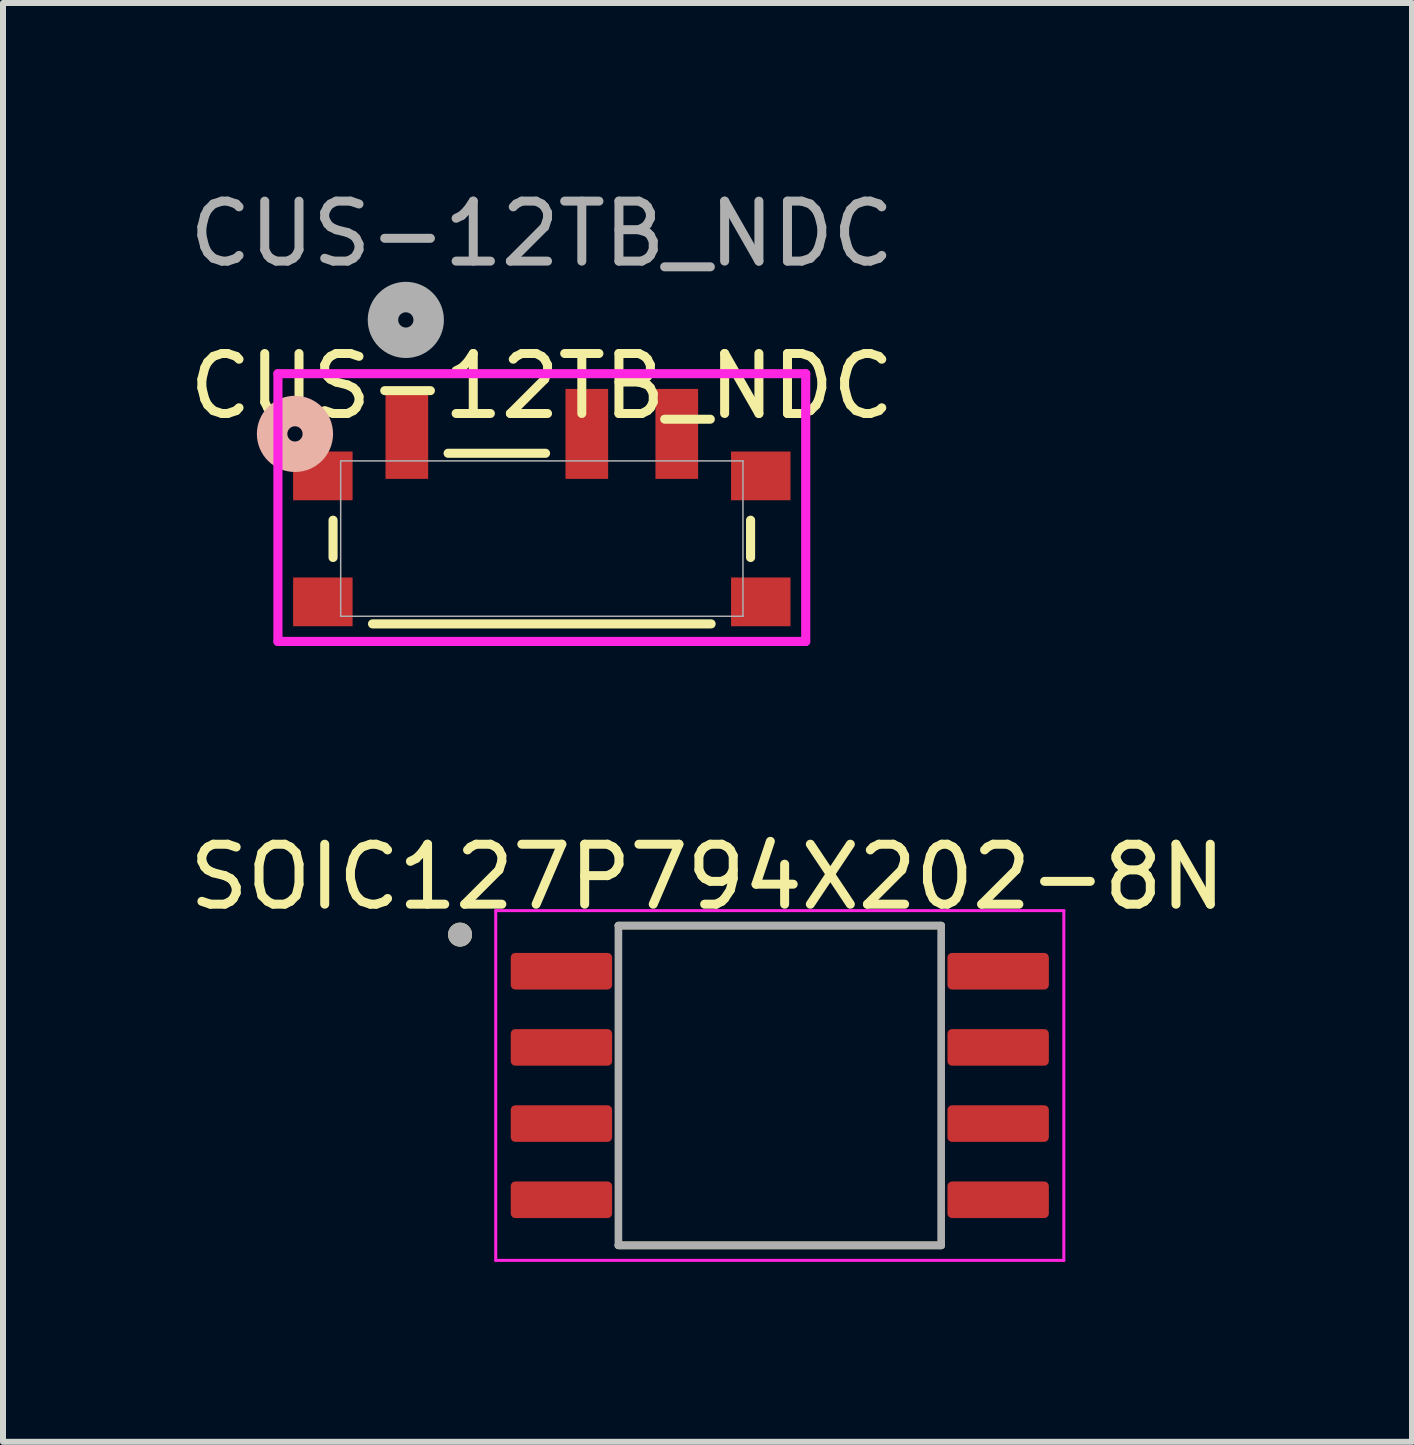
<source format=kicad_pcb>
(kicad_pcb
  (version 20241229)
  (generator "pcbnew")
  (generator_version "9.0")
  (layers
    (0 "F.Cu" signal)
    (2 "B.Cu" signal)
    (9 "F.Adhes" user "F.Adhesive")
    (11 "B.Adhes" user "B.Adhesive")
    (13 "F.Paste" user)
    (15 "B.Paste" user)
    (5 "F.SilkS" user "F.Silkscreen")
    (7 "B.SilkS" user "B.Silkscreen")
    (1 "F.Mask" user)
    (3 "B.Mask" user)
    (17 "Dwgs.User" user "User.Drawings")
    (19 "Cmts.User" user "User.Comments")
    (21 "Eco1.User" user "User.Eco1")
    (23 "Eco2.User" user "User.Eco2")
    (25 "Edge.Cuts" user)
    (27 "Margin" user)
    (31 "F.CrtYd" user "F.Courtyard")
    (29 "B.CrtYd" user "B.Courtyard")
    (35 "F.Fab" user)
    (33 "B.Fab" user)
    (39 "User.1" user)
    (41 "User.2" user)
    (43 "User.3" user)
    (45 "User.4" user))
  (footprint "SOIC127P794X202-8N"
    (layer "F.Cu")
    (at 9.949 15.045)
    (property "Reference" "SOIC127P794X202-8N" (at -1.205 -3.477 0) (layer "F.SilkS") (effects (font (size 1 1) (thickness 0.15))))
    (attr smd)
    (fp_line (start -2.69 -2.665) (end 2.69 -2.665) (stroke (width 0.127) (type solid)) (layer "F.SilkS"))
    (fp_line (start -2.69 2.665) (end 2.69 2.665) (stroke (width 0.127) (type solid)) (layer "F.SilkS"))
    (fp_circle (center -5.33 -2.515) (end -5.23 -2.515) (stroke (width 0.2) (type solid)) (fill no) (layer "F.SilkS"))
    (fp_line (start -4.735 -2.915) (end -4.735 2.915) (stroke (width 0.05) (type solid)) (layer "F.CrtYd"))
    (fp_line (start -4.735 -2.915) (end 4.735 -2.915) (stroke (width 0.05) (type solid)) (layer "F.CrtYd"))
    (fp_line (start -4.735 2.915) (end 4.735 2.915) (stroke (width 0.05) (type solid)) (layer "F.CrtYd"))
    (fp_line (start 4.735 -2.915) (end 4.735 2.915) (stroke (width 0.05) (type solid)) (layer "F.CrtYd"))
    (fp_line (start -2.69 -2.665) (end -2.69 2.665) (stroke (width 0.127) (type solid)) (layer "F.Fab"))
    (fp_line (start -2.69 -2.665) (end 2.69 -2.665) (stroke (width 0.127) (type solid)) (layer "F.Fab"))
    (fp_line (start -2.69 2.665) (end 2.69 2.665) (stroke (width 0.127) (type solid)) (layer "F.Fab"))
    (fp_line (start 2.69 -2.665) (end 2.69 2.665) (stroke (width 0.127) (type solid)) (layer "F.Fab"))
    (fp_circle (center -5.33 -2.515) (end -5.23 -2.515) (stroke (width 0.2) (type solid)) (fill no) (layer "F.Fab"))
    (pad "1" smd roundrect (at -3.64 -1.905) (size 1.69 0.61) (layers "F.Cu" "F.Mask" "F.Paste") (roundrect_rratio 0.125))
    (pad "2" smd roundrect (at -3.64 -0.635) (size 1.69 0.61) (layers "F.Cu" "F.Mask" "F.Paste") (roundrect_rratio 0.125))
    (pad "3" smd roundrect (at -3.64 0.635) (size 1.69 0.61) (layers "F.Cu" "F.Mask" "F.Paste") (roundrect_rratio 0.125))
    (pad "4" smd roundrect (at -3.64 1.905) (size 1.69 0.61) (layers "F.Cu" "F.Mask" "F.Paste") (roundrect_rratio 0.125))
    (pad "5" smd roundrect (at 3.64 1.905) (size 1.69 0.61) (layers "F.Cu" "F.Mask" "F.Paste") (roundrect_rratio 0.125))
    (pad "6" smd roundrect (at 3.64 0.635) (size 1.69 0.61) (layers "F.Cu" "F.Mask" "F.Paste") (roundrect_rratio 0.125))
    (pad "7" smd roundrect (at 3.64 -0.635) (size 1.69 0.61) (layers "F.Cu" "F.Mask" "F.Paste") (roundrect_rratio 0.125))
    (pad "8" smd roundrect (at 3.64 -1.905) (size 1.69 0.61) (layers "F.Cu" "F.Mask" "F.Paste") (roundrect_rratio 0.125)))
  (footprint "CUS-12TB_NDC"
    (layer "F.Cu")
    (at 5.982 5.928)
    (property "Reference" "CUS-12TB_NDC" (at 0 -2.54 0) (unlocked yes) (layer "F.SilkS") (effects (font (size 1 1) (thickness 0.15))))
    (attr smd)
    (fp_line (start -3.48 0.315) (end -3.48 -0.306) (stroke (width 0.152) (type solid)) (layer "F.SilkS"))
    (fp_line (start -1.562 -1.422) (end 0.062 -1.422) (stroke (width 0.152) (type solid)) (layer "F.SilkS"))
    (fp_line (start 2.822 1.422) (end -2.822 1.422) (stroke (width 0.152) (type solid)) (layer "F.SilkS"))
    (fp_line (start 3.48 -0.306) (end 3.48 0.315) (stroke (width 0.152) (type solid)) (layer "F.SilkS"))
    (fp_circle (center -4.115 -1.745) (end -3.734 -1.745) (stroke (width 0.508) (type solid)) (fill no) (layer "B.SilkS"))
    (fp_line (start -4.399 -2.749) (end -4.399 1.715) (stroke (width 0.152) (type solid)) (layer "F.CrtYd"))
    (fp_line (start -4.399 1.715) (end 4.399 1.715) (stroke (width 0.152) (type solid)) (layer "F.CrtYd"))
    (fp_line (start 4.399 -2.749) (end -4.399 -2.749) (stroke (width 0.152) (type solid)) (layer "F.CrtYd"))
    (fp_line (start 4.399 1.715) (end 4.399 -2.749) (stroke (width 0.152) (type solid)) (layer "F.CrtYd"))
    (fp_line (start -3.353 -1.295) (end -3.353 1.295) (stroke (width 0.025) (type solid)) (layer "F.Fab"))
    (fp_line (start -3.353 1.295) (end 3.353 1.295) (stroke (width 0.025) (type solid)) (layer "F.Fab"))
    (fp_line (start 3.353 -1.295) (end -3.353 -1.295) (stroke (width 0.025) (type solid)) (layer "F.Fab"))
    (fp_line (start 3.353 1.295) (end 3.353 -1.295) (stroke (width 0.025) (type solid)) (layer "F.Fab"))
    (fp_circle (center -2.267 -3.645) (end -1.886 -3.645) (stroke (width 0.508) (type solid)) (fill no) (layer "F.Fab"))
    (fp_text user "${REFERENCE}" (at 0 -5.08 0) (unlocked yes) (layer "F.Fab") (effects (font (size 1 1) (thickness 0.15))))
    (pad "1" smd rect (at -2.25 -1.745) (size 0.711 1.499) (layers "F.Cu" "F.Mask" "F.Paste"))
    (pad "2" smd rect (at 0.75 -1.745) (size 0.711 1.499) (layers "F.Cu" "F.Mask" "F.Paste"))
    (pad "3" smd rect (at 2.25 -1.745) (size 0.711 1.499) (layers "F.Cu" "F.Mask" "F.Paste"))
    (pad "4" smd rect (at -3.65 -1.045) (size 0.991 0.813) (layers "F.Cu" "F.Mask" "F.Paste"))
    (pad "5" smd rect (at 3.65 -1.045) (size 0.991 0.813) (layers "F.Cu" "F.Mask" "F.Paste"))
    (pad "6" smd rect (at -3.65 1.055) (size 0.991 0.813) (layers "F.Cu" "F.Mask" "F.Paste"))
    (pad "7" smd rect (at 3.65 1.055) (size 0.991 0.813) (layers "F.Cu" "F.Mask" "F.Paste")))
  (gr_rect
    (start -3 -3)
    (end 20.488 20.985)
    (stroke (width 0.1) (type default))
    (fill no)
    (layer "Edge.Cuts")))
</source>
